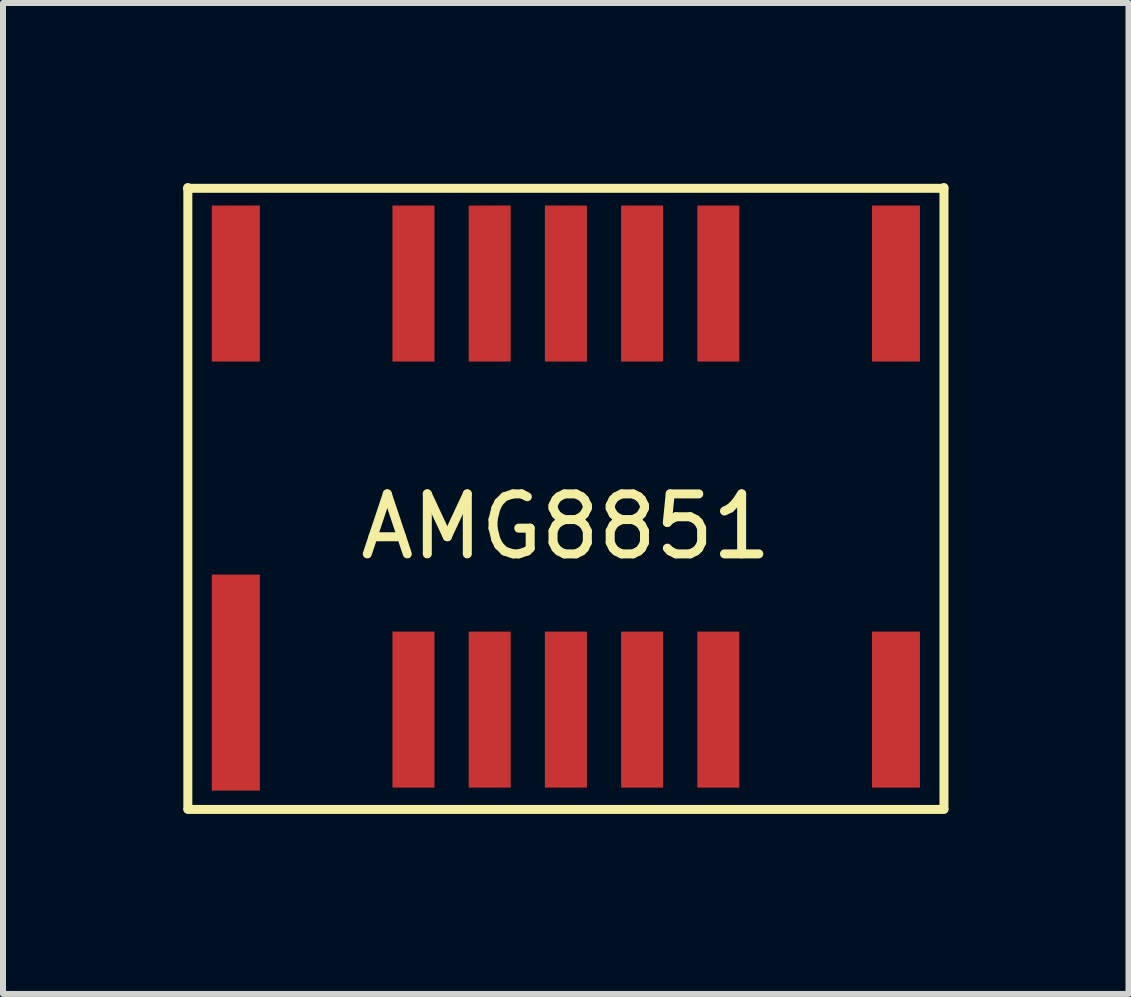
<source format=kicad_pcb>
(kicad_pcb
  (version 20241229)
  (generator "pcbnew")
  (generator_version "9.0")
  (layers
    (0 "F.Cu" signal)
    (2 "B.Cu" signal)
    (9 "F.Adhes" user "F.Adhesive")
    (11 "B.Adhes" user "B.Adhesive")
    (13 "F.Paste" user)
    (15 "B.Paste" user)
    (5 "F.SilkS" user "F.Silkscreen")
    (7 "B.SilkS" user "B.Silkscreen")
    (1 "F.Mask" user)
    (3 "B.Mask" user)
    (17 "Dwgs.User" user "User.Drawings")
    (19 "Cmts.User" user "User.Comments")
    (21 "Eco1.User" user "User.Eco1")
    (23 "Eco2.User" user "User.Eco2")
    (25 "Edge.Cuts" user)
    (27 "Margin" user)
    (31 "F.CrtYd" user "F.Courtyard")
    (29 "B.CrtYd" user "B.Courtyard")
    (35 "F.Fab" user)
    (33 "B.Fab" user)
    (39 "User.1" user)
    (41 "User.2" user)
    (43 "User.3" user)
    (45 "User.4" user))
  (footprint "AMG8851"
    (layer "F.Cu")
    (at 6.38 5.225)
    (property "Reference" "AMG8851" (at 0 0.5 0) (layer "F.SilkS") (effects (font (size 1 1) (thickness 0.15))))
    (attr through_hole)
    (fp_line (start -6.305 -5.137) (end 6.3 -5.137) (stroke (width 0.15) (type solid)) (layer "F.SilkS"))
    (fp_line (start -6.3 5.2) (end -6.3 -5.15) (stroke (width 0.15) (type solid)) (layer "F.SilkS"))
    (fp_line (start 6.3 -5.15) (end 6.3 5.2) (stroke (width 0.15) (type solid)) (layer "F.SilkS"))
    (fp_line (start 6.3 5.213) (end -6.3 5.213) (stroke (width 0.15) (type solid)) (layer "F.SilkS"))
    (pad "1" smd rect (at -5.5 3.1) (size 0.8 3.6) (layers "F.Cu" "F.Mask" "F.Paste"))
    (pad "2" smd rect (at -2.54 3.55) (size 0.7 2.6) (layers "F.Cu" "F.Mask" "F.Paste"))
    (pad "3" smd rect (at -1.27 3.55) (size 0.7 2.6) (layers "F.Cu" "F.Mask" "F.Paste"))
    (pad "4" smd rect (at 0 3.55) (size 0.7 2.6) (layers "F.Cu" "F.Mask" "F.Paste"))
    (pad "5" smd rect (at 1.27 3.55) (size 0.7 2.6) (layers "F.Cu" "F.Mask" "F.Paste"))
    (pad "6" smd rect (at 2.54 3.55) (size 0.7 2.6) (layers "F.Cu" "F.Mask" "F.Paste"))
    (pad "7" smd rect (at 5.5 3.55) (size 0.8 2.6) (layers "F.Cu" "F.Mask" "F.Paste"))
    (pad "8" smd rect (at 5.5 -3.55) (size 0.8 2.6) (layers "F.Cu" "F.Mask" "F.Paste"))
    (pad "9" smd rect (at 2.54 -3.55) (size 0.7 2.6) (layers "F.Cu" "F.Mask" "F.Paste"))
    (pad "10" smd rect (at 1.27 -3.55) (size 0.7 2.6) (layers "F.Cu" "F.Mask" "F.Paste"))
    (pad "11" smd rect (at 0 -3.55) (size 0.7 2.6) (layers "F.Cu" "F.Mask" "F.Paste"))
    (pad "12" smd rect (at -1.27 -3.55) (size 0.7 2.6) (layers "F.Cu" "F.Mask" "F.Paste"))
    (pad "13" smd rect (at -2.54 -3.55) (size 0.7 2.6) (layers "F.Cu" "F.Mask" "F.Paste"))
    (pad "14" smd rect (at -5.5 -3.55) (size 0.8 2.6) (layers "F.Cu" "F.Mask" "F.Paste")))
  (gr_rect
    (start -3 -3)
    (end 15.755 13.513)
    (stroke (width 0.1) (type default))
    (fill no)
    (layer "Edge.Cuts")))
</source>
